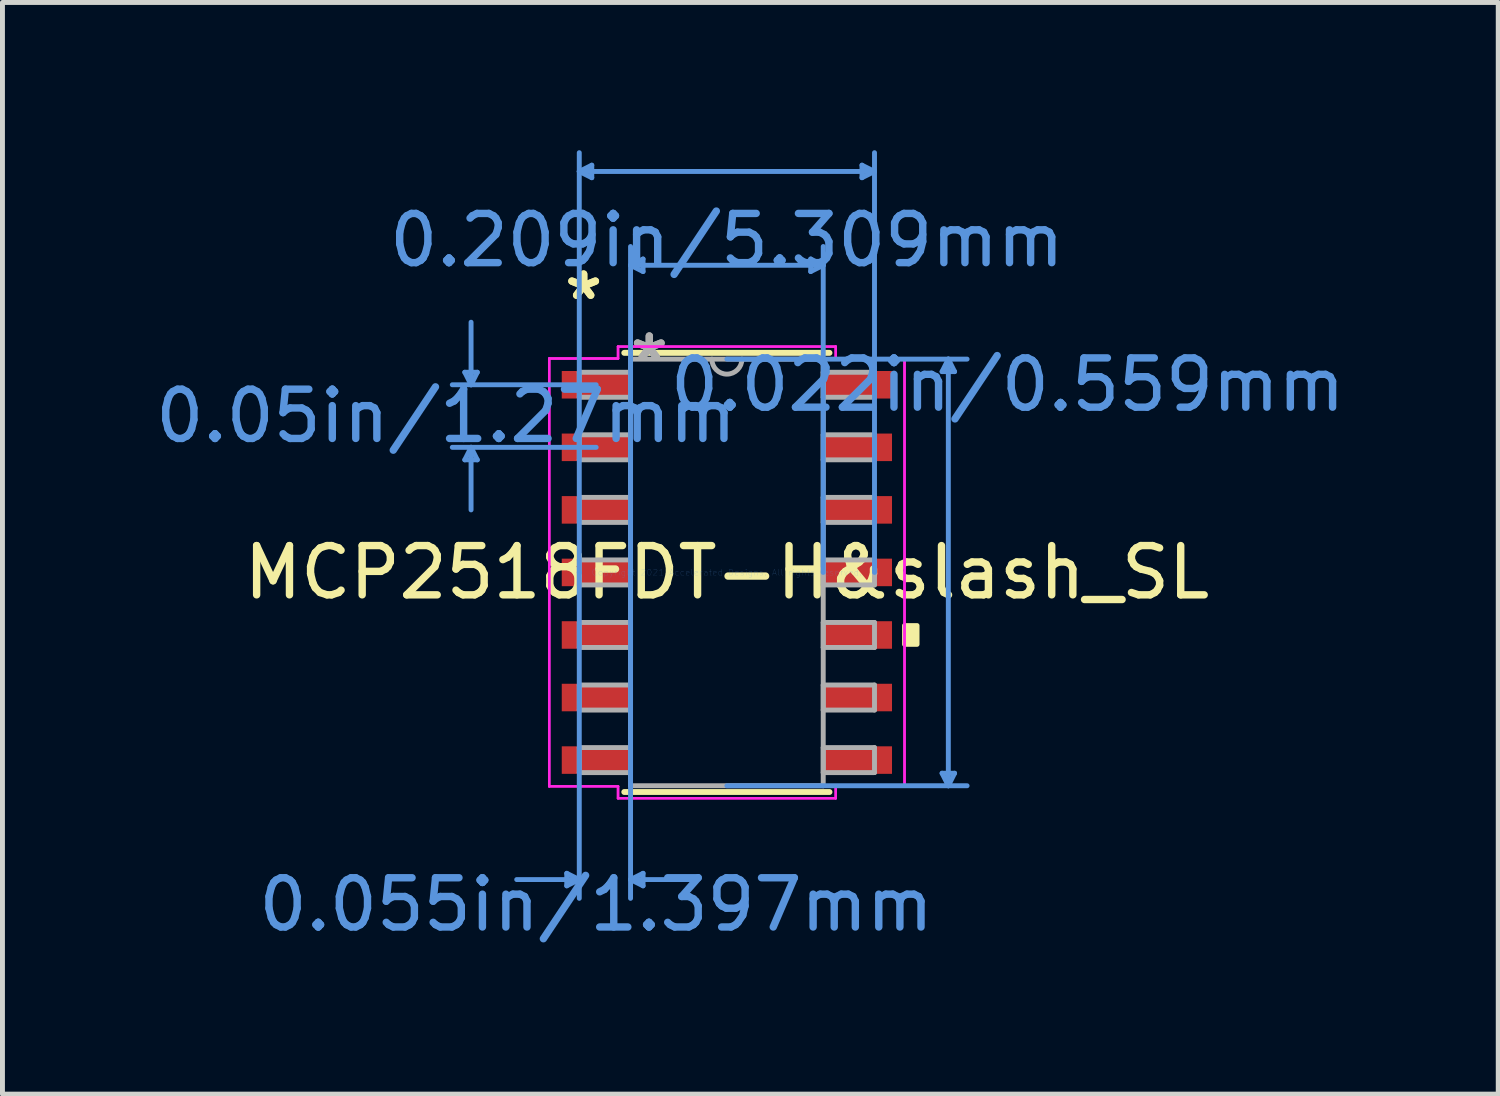
<source format=kicad_pcb>
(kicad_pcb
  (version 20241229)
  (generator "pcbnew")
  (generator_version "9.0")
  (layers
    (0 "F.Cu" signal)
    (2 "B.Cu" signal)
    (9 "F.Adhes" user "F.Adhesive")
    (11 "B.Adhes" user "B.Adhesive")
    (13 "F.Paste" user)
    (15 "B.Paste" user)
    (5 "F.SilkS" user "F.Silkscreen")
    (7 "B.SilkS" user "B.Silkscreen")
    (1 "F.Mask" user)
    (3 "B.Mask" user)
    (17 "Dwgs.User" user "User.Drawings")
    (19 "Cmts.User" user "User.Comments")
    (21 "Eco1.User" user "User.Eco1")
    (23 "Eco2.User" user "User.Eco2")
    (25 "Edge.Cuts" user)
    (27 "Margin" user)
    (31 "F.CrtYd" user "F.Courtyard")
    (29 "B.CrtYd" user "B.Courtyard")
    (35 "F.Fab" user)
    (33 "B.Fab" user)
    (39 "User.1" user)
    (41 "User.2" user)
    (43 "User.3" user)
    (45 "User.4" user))
  (footprint "MCP2518FDT-H&slash_SL"
    (layer "F.Cu")
    (at 11.708 8.572)
    (property "Reference" "MCP2518FDT-H&slash_SL" (at 0 0 0) (layer "F.SilkS") (effects (font (size 1 1) (thickness 0.15))))
    (attr through_hole)
    (fp_line (start -2.083 4.458) (end 2.083 4.458) (stroke (width 0.12) (type solid)) (layer "F.SilkS"))
    (fp_line (start 2.083 -4.458) (end -2.083 -4.458) (stroke (width 0.12) (type solid)) (layer "F.SilkS"))
    (fp_poly (pts (xy 3.861 1.079) (xy 3.861 1.46) (xy 3.607 1.46) (xy 3.607 1.079)) (stroke (width 0.1) (type solid)) (fill yes) (layer "F.SilkS"))
    (fp_line (start -5.321 -4.064) (end -5.067 -4.064) (stroke (width 0.1) (type solid)) (layer "Cmts.User"))
    (fp_line (start -5.321 -2.286) (end -5.067 -2.286) (stroke (width 0.1) (type solid)) (layer "Cmts.User"))
    (fp_line (start -5.194 -3.81) (end -5.321 -4.064) (stroke (width 0.1) (type solid)) (layer "Cmts.User"))
    (fp_line (start -5.194 -3.81) (end -5.194 -5.08) (stroke (width 0.1) (type solid)) (layer "Cmts.User"))
    (fp_line (start -5.194 -3.81) (end -5.067 -4.064) (stroke (width 0.1) (type solid)) (layer "Cmts.User"))
    (fp_line (start -5.194 -2.54) (end -5.321 -2.286) (stroke (width 0.1) (type solid)) (layer "Cmts.User"))
    (fp_line (start -5.194 -2.54) (end -5.194 -1.27) (stroke (width 0.1) (type solid)) (layer "Cmts.User"))
    (fp_line (start -5.194 -2.54) (end -5.067 -2.286) (stroke (width 0.1) (type solid)) (layer "Cmts.User"))
    (fp_line (start -3.251 6.109) (end -3.251 6.363) (stroke (width 0.1) (type solid)) (layer "Cmts.User"))
    (fp_line (start -2.997 -8.141) (end -2.743 -8.268) (stroke (width 0.1) (type solid)) (layer "Cmts.User"))
    (fp_line (start -2.997 -8.141) (end -2.743 -8.014) (stroke (width 0.1) (type solid)) (layer "Cmts.User"))
    (fp_line (start -2.997 -8.141) (end 2.997 -8.141) (stroke (width 0.1) (type solid)) (layer "Cmts.User"))
    (fp_line (start -2.997 0) (end -2.997 -8.522) (stroke (width 0.1) (type solid)) (layer "Cmts.User"))
    (fp_line (start -2.997 0) (end -2.997 6.617) (stroke (width 0.1) (type solid)) (layer "Cmts.User"))
    (fp_line (start -2.997 6.236) (end -4.267 6.236) (stroke (width 0.1) (type solid)) (layer "Cmts.User"))
    (fp_line (start -2.997 6.236) (end -3.251 6.109) (stroke (width 0.1) (type solid)) (layer "Cmts.User"))
    (fp_line (start -2.997 6.236) (end -3.251 6.363) (stroke (width 0.1) (type solid)) (layer "Cmts.User"))
    (fp_line (start -2.743 -8.268) (end -2.743 -8.014) (stroke (width 0.1) (type solid)) (layer "Cmts.User"))
    (fp_line (start -2.654 -3.81) (end -5.575 -3.81) (stroke (width 0.1) (type solid)) (layer "Cmts.User"))
    (fp_line (start -2.654 -2.54) (end -5.575 -2.54) (stroke (width 0.1) (type solid)) (layer "Cmts.User"))
    (fp_line (start -1.956 -6.236) (end -1.702 -6.363) (stroke (width 0.1) (type solid)) (layer "Cmts.User"))
    (fp_line (start -1.956 -6.236) (end -1.702 -6.109) (stroke (width 0.1) (type solid)) (layer "Cmts.User"))
    (fp_line (start -1.956 -6.236) (end 1.956 -6.236) (stroke (width 0.1) (type solid)) (layer "Cmts.User"))
    (fp_line (start -1.956 0) (end -1.956 -6.617) (stroke (width 0.1) (type solid)) (layer "Cmts.User"))
    (fp_line (start -1.956 0) (end -1.956 6.617) (stroke (width 0.1) (type solid)) (layer "Cmts.User"))
    (fp_line (start -1.956 6.236) (end -1.702 6.109) (stroke (width 0.1) (type solid)) (layer "Cmts.User"))
    (fp_line (start -1.956 6.236) (end -1.702 6.363) (stroke (width 0.1) (type solid)) (layer "Cmts.User"))
    (fp_line (start -1.956 6.236) (end -0.686 6.236) (stroke (width 0.1) (type solid)) (layer "Cmts.User"))
    (fp_line (start -1.702 -6.363) (end -1.702 -6.109) (stroke (width 0.1) (type solid)) (layer "Cmts.User"))
    (fp_line (start -1.702 6.109) (end -1.702 6.363) (stroke (width 0.1) (type solid)) (layer "Cmts.User"))
    (fp_line (start 0 -4.331) (end 4.877 -4.331) (stroke (width 0.1) (type solid)) (layer "Cmts.User"))
    (fp_line (start 0 4.331) (end 4.877 4.331) (stroke (width 0.1) (type solid)) (layer "Cmts.User"))
    (fp_line (start 1.702 -6.363) (end 1.702 -6.109) (stroke (width 0.1) (type solid)) (layer "Cmts.User"))
    (fp_line (start 1.956 -6.236) (end 1.702 -6.363) (stroke (width 0.1) (type solid)) (layer "Cmts.User"))
    (fp_line (start 1.956 -6.236) (end 1.702 -6.109) (stroke (width 0.1) (type solid)) (layer "Cmts.User"))
    (fp_line (start 1.956 0) (end 1.956 -6.617) (stroke (width 0.1) (type solid)) (layer "Cmts.User"))
    (fp_line (start 2.743 -8.268) (end 2.743 -8.014) (stroke (width 0.1) (type solid)) (layer "Cmts.User"))
    (fp_line (start 2.997 -8.141) (end 2.743 -8.268) (stroke (width 0.1) (type solid)) (layer "Cmts.User"))
    (fp_line (start 2.997 -8.141) (end 2.743 -8.014) (stroke (width 0.1) (type solid)) (layer "Cmts.User"))
    (fp_line (start 2.997 0) (end 2.997 -8.522) (stroke (width 0.1) (type solid)) (layer "Cmts.User"))
    (fp_line (start 4.369 -4.077) (end 4.623 -4.077) (stroke (width 0.1) (type solid)) (layer "Cmts.User"))
    (fp_line (start 4.369 4.077) (end 4.623 4.077) (stroke (width 0.1) (type solid)) (layer "Cmts.User"))
    (fp_line (start 4.496 -4.331) (end 4.369 -4.077) (stroke (width 0.1) (type solid)) (layer "Cmts.User"))
    (fp_line (start 4.496 -4.331) (end 4.496 4.331) (stroke (width 0.1) (type solid)) (layer "Cmts.User"))
    (fp_line (start 4.496 -4.331) (end 4.623 -4.077) (stroke (width 0.1) (type solid)) (layer "Cmts.User"))
    (fp_line (start 4.496 4.331) (end 4.369 4.077) (stroke (width 0.1) (type solid)) (layer "Cmts.User"))
    (fp_line (start 4.496 4.331) (end 4.623 4.077) (stroke (width 0.1) (type solid)) (layer "Cmts.User"))
    (fp_line (start -3.607 -4.343) (end -2.21 -4.343) (stroke (width 0.05) (type solid)) (layer "F.CrtYd"))
    (fp_line (start -3.607 -4.343) (end -2.21 -4.343) (stroke (width 0.05) (type solid)) (layer "F.CrtYd"))
    (fp_line (start -3.607 4.343) (end -3.607 -4.343) (stroke (width 0.05) (type solid)) (layer "F.CrtYd"))
    (fp_line (start -3.607 4.343) (end -3.607 -4.343) (stroke (width 0.05) (type solid)) (layer "F.CrtYd"))
    (fp_line (start -3.607 4.343) (end -2.21 4.343) (stroke (width 0.05) (type solid)) (layer "F.CrtYd"))
    (fp_line (start -2.21 -4.585) (end 2.21 -4.585) (stroke (width 0.05) (type solid)) (layer "F.CrtYd"))
    (fp_line (start -2.21 -4.585) (end 2.21 -4.585) (stroke (width 0.05) (type solid)) (layer "F.CrtYd"))
    (fp_line (start -2.21 -4.343) (end -2.21 -4.585) (stroke (width 0.05) (type solid)) (layer "F.CrtYd"))
    (fp_line (start -2.21 -4.343) (end -2.21 -4.585) (stroke (width 0.05) (type solid)) (layer "F.CrtYd"))
    (fp_line (start -2.21 4.343) (end -3.607 4.343) (stroke (width 0.05) (type solid)) (layer "F.CrtYd"))
    (fp_line (start -2.21 4.585) (end -2.21 4.343) (stroke (width 0.05) (type solid)) (layer "F.CrtYd"))
    (fp_line (start -2.21 4.585) (end -2.21 4.343) (stroke (width 0.05) (type solid)) (layer "F.CrtYd"))
    (fp_line (start 2.21 -4.585) (end 2.21 -4.343) (stroke (width 0.05) (type solid)) (layer "F.CrtYd"))
    (fp_line (start 2.21 -4.585) (end 2.21 -4.343) (stroke (width 0.05) (type solid)) (layer "F.CrtYd"))
    (fp_line (start 2.21 -4.343) (end 3.607 -4.343) (stroke (width 0.05) (type solid)) (layer "F.CrtYd"))
    (fp_line (start 2.21 4.343) (end 2.21 4.585) (stroke (width 0.05) (type solid)) (layer "F.CrtYd"))
    (fp_line (start 2.21 4.343) (end 2.21 4.585) (stroke (width 0.05) (type solid)) (layer "F.CrtYd"))
    (fp_line (start 2.21 4.585) (end -2.21 4.585) (stroke (width 0.05) (type solid)) (layer "F.CrtYd"))
    (fp_line (start 2.21 4.585) (end -2.21 4.585) (stroke (width 0.05) (type solid)) (layer "F.CrtYd"))
    (fp_line (start 3.607 -4.343) (end 2.21 -4.343) (stroke (width 0.05) (type solid)) (layer "F.CrtYd"))
    (fp_line (start 3.607 -4.343) (end 3.607 4.343) (stroke (width 0.05) (type solid)) (layer "F.CrtYd"))
    (fp_line (start 3.607 -4.343) (end 3.607 4.343) (stroke (width 0.05) (type solid)) (layer "F.CrtYd"))
    (fp_line (start 3.607 4.343) (end 2.21 4.343) (stroke (width 0.05) (type solid)) (layer "F.CrtYd"))
    (fp_line (start 3.607 4.343) (end 2.21 4.343) (stroke (width 0.05) (type solid)) (layer "F.CrtYd"))
    (fp_line (start -2.997 -4.064) (end -2.997 -3.556) (stroke (width 0.1) (type solid)) (layer "F.Fab"))
    (fp_line (start -2.997 -3.556) (end -1.956 -3.556) (stroke (width 0.1) (type solid)) (layer "F.Fab"))
    (fp_line (start -2.997 -2.794) (end -2.997 -2.286) (stroke (width 0.1) (type solid)) (layer "F.Fab"))
    (fp_line (start -2.997 -2.286) (end -1.956 -2.286) (stroke (width 0.1) (type solid)) (layer "F.Fab"))
    (fp_line (start -2.997 -1.524) (end -2.997 -1.016) (stroke (width 0.1) (type solid)) (layer "F.Fab"))
    (fp_line (start -2.997 -1.016) (end -1.956 -1.016) (stroke (width 0.1) (type solid)) (layer "F.Fab"))
    (fp_line (start -2.997 -0.254) (end -2.997 0.254) (stroke (width 0.1) (type solid)) (layer "F.Fab"))
    (fp_line (start -2.997 0.254) (end -1.956 0.254) (stroke (width 0.1) (type solid)) (layer "F.Fab"))
    (fp_line (start -2.997 1.016) (end -2.997 1.524) (stroke (width 0.1) (type solid)) (layer "F.Fab"))
    (fp_line (start -2.997 1.524) (end -1.956 1.524) (stroke (width 0.1) (type solid)) (layer "F.Fab"))
    (fp_line (start -2.997 2.286) (end -2.997 2.794) (stroke (width 0.1) (type solid)) (layer "F.Fab"))
    (fp_line (start -2.997 2.794) (end -1.956 2.794) (stroke (width 0.1) (type solid)) (layer "F.Fab"))
    (fp_line (start -2.997 3.556) (end -2.997 4.064) (stroke (width 0.1) (type solid)) (layer "F.Fab"))
    (fp_line (start -2.997 4.064) (end -1.956 4.064) (stroke (width 0.1) (type solid)) (layer "F.Fab"))
    (fp_line (start -1.956 -4.331) (end -1.956 4.331) (stroke (width 0.1) (type solid)) (layer "F.Fab"))
    (fp_line (start -1.956 -4.064) (end -2.997 -4.064) (stroke (width 0.1) (type solid)) (layer "F.Fab"))
    (fp_line (start -1.956 -3.556) (end -1.956 -4.064) (stroke (width 0.1) (type solid)) (layer "F.Fab"))
    (fp_line (start -1.956 -2.794) (end -2.997 -2.794) (stroke (width 0.1) (type solid)) (layer "F.Fab"))
    (fp_line (start -1.956 -2.286) (end -1.956 -2.794) (stroke (width 0.1) (type solid)) (layer "F.Fab"))
    (fp_line (start -1.956 -1.524) (end -2.997 -1.524) (stroke (width 0.1) (type solid)) (layer "F.Fab"))
    (fp_line (start -1.956 -1.016) (end -1.956 -1.524) (stroke (width 0.1) (type solid)) (layer "F.Fab"))
    (fp_line (start -1.956 -0.254) (end -2.997 -0.254) (stroke (width 0.1) (type solid)) (layer "F.Fab"))
    (fp_line (start -1.956 0.254) (end -1.956 -0.254) (stroke (width 0.1) (type solid)) (layer "F.Fab"))
    (fp_line (start -1.956 1.016) (end -2.997 1.016) (stroke (width 0.1) (type solid)) (layer "F.Fab"))
    (fp_line (start -1.956 1.524) (end -1.956 1.016) (stroke (width 0.1) (type solid)) (layer "F.Fab"))
    (fp_line (start -1.956 2.286) (end -2.997 2.286) (stroke (width 0.1) (type solid)) (layer "F.Fab"))
    (fp_line (start -1.956 2.794) (end -1.956 2.286) (stroke (width 0.1) (type solid)) (layer "F.Fab"))
    (fp_line (start -1.956 3.556) (end -2.997 3.556) (stroke (width 0.1) (type solid)) (layer "F.Fab"))
    (fp_line (start -1.956 4.064) (end -1.956 3.556) (stroke (width 0.1) (type solid)) (layer "F.Fab"))
    (fp_line (start -1.956 4.331) (end 1.956 4.331) (stroke (width 0.1) (type solid)) (layer "F.Fab"))
    (fp_line (start 1.956 -4.331) (end -1.956 -4.331) (stroke (width 0.1) (type solid)) (layer "F.Fab"))
    (fp_line (start 1.956 -4.064) (end 1.956 -3.556) (stroke (width 0.1) (type solid)) (layer "F.Fab"))
    (fp_line (start 1.956 -3.556) (end 2.997 -3.556) (stroke (width 0.1) (type solid)) (layer "F.Fab"))
    (fp_line (start 1.956 -2.794) (end 1.956 -2.286) (stroke (width 0.1) (type solid)) (layer "F.Fab"))
    (fp_line (start 1.956 -2.286) (end 2.997 -2.286) (stroke (width 0.1) (type solid)) (layer "F.Fab"))
    (fp_line (start 1.956 -1.524) (end 1.956 -1.016) (stroke (width 0.1) (type solid)) (layer "F.Fab"))
    (fp_line (start 1.956 -1.016) (end 2.997 -1.016) (stroke (width 0.1) (type solid)) (layer "F.Fab"))
    (fp_line (start 1.956 -0.254) (end 1.956 0.254) (stroke (width 0.1) (type solid)) (layer "F.Fab"))
    (fp_line (start 1.956 0.254) (end 2.997 0.254) (stroke (width 0.1) (type solid)) (layer "F.Fab"))
    (fp_line (start 1.956 1.016) (end 1.956 1.524) (stroke (width 0.1) (type solid)) (layer "F.Fab"))
    (fp_line (start 1.956 1.524) (end 2.997 1.524) (stroke (width 0.1) (type solid)) (layer "F.Fab"))
    (fp_line (start 1.956 2.286) (end 1.956 2.794) (stroke (width 0.1) (type solid)) (layer "F.Fab"))
    (fp_line (start 1.956 2.794) (end 2.997 2.794) (stroke (width 0.1) (type solid)) (layer "F.Fab"))
    (fp_line (start 1.956 3.556) (end 1.956 4.064) (stroke (width 0.1) (type solid)) (layer "F.Fab"))
    (fp_line (start 1.956 4.064) (end 2.997 4.064) (stroke (width 0.1) (type solid)) (layer "F.Fab"))
    (fp_line (start 1.956 4.331) (end 1.956 -4.331) (stroke (width 0.1) (type solid)) (layer "F.Fab"))
    (fp_line (start 2.997 -4.064) (end 1.956 -4.064) (stroke (width 0.1) (type solid)) (layer "F.Fab"))
    (fp_line (start 2.997 -3.556) (end 2.997 -4.064) (stroke (width 0.1) (type solid)) (layer "F.Fab"))
    (fp_line (start 2.997 -2.794) (end 1.956 -2.794) (stroke (width 0.1) (type solid)) (layer "F.Fab"))
    (fp_line (start 2.997 -2.286) (end 2.997 -2.794) (stroke (width 0.1) (type solid)) (layer "F.Fab"))
    (fp_line (start 2.997 -1.524) (end 1.956 -1.524) (stroke (width 0.1) (type solid)) (layer "F.Fab"))
    (fp_line (start 2.997 -1.016) (end 2.997 -1.524) (stroke (width 0.1) (type solid)) (layer "F.Fab"))
    (fp_line (start 2.997 -0.254) (end 1.956 -0.254) (stroke (width 0.1) (type solid)) (layer "F.Fab"))
    (fp_line (start 2.997 0.254) (end 2.997 -0.254) (stroke (width 0.1) (type solid)) (layer "F.Fab"))
    (fp_line (start 2.997 1.016) (end 1.956 1.016) (stroke (width 0.1) (type solid)) (layer "F.Fab"))
    (fp_line (start 2.997 1.524) (end 2.997 1.016) (stroke (width 0.1) (type solid)) (layer "F.Fab"))
    (fp_line (start 2.997 2.286) (end 1.956 2.286) (stroke (width 0.1) (type solid)) (layer "F.Fab"))
    (fp_line (start 2.997 2.794) (end 2.997 2.286) (stroke (width 0.1) (type solid)) (layer "F.Fab"))
    (fp_line (start 2.997 3.556) (end 1.956 3.556) (stroke (width 0.1) (type solid)) (layer "F.Fab"))
    (fp_line (start 2.997 4.064) (end 2.997 3.556) (stroke (width 0.1) (type solid)) (layer "F.Fab"))
    (fp_arc (start 0.3048 -4.3307) (mid 0 -4.0259) (end -0.3048 -4.3307) (stroke (width 0.1) (type solid)) (layer "F.Fab"))
    (fp_text user "*" (at -2.908 -5.512 0) (layer "F.SilkS") (effects (font (size 1 1) (thickness 0.15))))
    (fp_text user "*" (at -2.908 -5.512 0) (layer "F.SilkS") (effects (font (size 1 1) (thickness 0.15))))
    (fp_text user "0.209in/5.309mm" (at 0 -6.744 0) (layer "Cmts.User") (effects (font (size 1 1) (thickness 0.15))))
    (fp_text user "Copyright 2021 Accelerated Designs. All rights reserved." (at 0 0 0) (layer "Cmts.User") (effects (font (size 0.127 0.127) (thickness 0.002))))
    (fp_text user "0.055in/1.397mm" (at -2.654 6.744 0) (layer "Cmts.User") (effects (font (size 1 1) (thickness 0.15))))
    (fp_text user "0.05in/1.27mm" (at -5.702 -3.175 0) (layer "Cmts.User") (effects (font (size 1 1) (thickness 0.15))))
    (fp_text user "0.022in/0.559mm" (at 5.702 -3.81 0) (layer "Cmts.User") (effects (font (size 1 1) (thickness 0.15))))
    (fp_text user "*" (at -1.575 -4.255 0) (layer "F.Fab") (effects (font (size 1 1) (thickness 0.15))))
    (fp_text user "*" (at -1.575 -4.255 0) (layer "F.Fab") (effects (font (size 1 1) (thickness 0.15))))
    (pad "1" smd rect (at -2.654 -3.81) (size 1.397 0.559) (layers "F.Cu" "F.Mask" "F.Paste"))
    (pad "2" smd rect (at -2.654 -2.54) (size 1.397 0.559) (layers "F.Cu" "F.Mask" "F.Paste"))
    (pad "3" smd rect (at -2.654 -1.27) (size 1.397 0.559) (layers "F.Cu" "F.Mask" "F.Paste"))
    (pad "4" smd rect (at -2.654 0) (size 1.397 0.559) (layers "F.Cu" "F.Mask" "F.Paste"))
    (pad "5" smd rect (at -2.654 1.27) (size 1.397 0.559) (layers "F.Cu" "F.Mask" "F.Paste"))
    (pad "6" smd rect (at -2.654 2.54) (size 1.397 0.559) (layers "F.Cu" "F.Mask" "F.Paste"))
    (pad "7" smd rect (at -2.654 3.81) (size 1.397 0.559) (layers "F.Cu" "F.Mask" "F.Paste"))
    (pad "8" smd rect (at 2.654 3.81) (size 1.397 0.559) (layers "F.Cu" "F.Mask" "F.Paste"))
    (pad "9" smd rect (at 2.654 2.54) (size 1.397 0.559) (layers "F.Cu" "F.Mask" "F.Paste"))
    (pad "10" smd rect (at 2.654 1.27) (size 1.397 0.559) (layers "F.Cu" "F.Mask" "F.Paste"))
    (pad "11" smd rect (at 2.654 0) (size 1.397 0.559) (layers "F.Cu" "F.Mask" "F.Paste"))
    (pad "12" smd rect (at 2.654 -1.27) (size 1.397 0.559) (layers "F.Cu" "F.Mask" "F.Paste"))
    (pad "13" smd rect (at 2.654 -2.54) (size 1.397 0.559) (layers "F.Cu" "F.Mask" "F.Paste"))
    (pad "14" smd rect (at 2.654 -3.81) (size 1.397 0.559) (layers "F.Cu" "F.Mask" "F.Paste")))
  (gr_rect
    (start -3 -3)
    (end 27.369 19.164)
    (stroke (width 0.1) (type default))
    (fill no)
    (layer "Edge.Cuts")))
</source>
